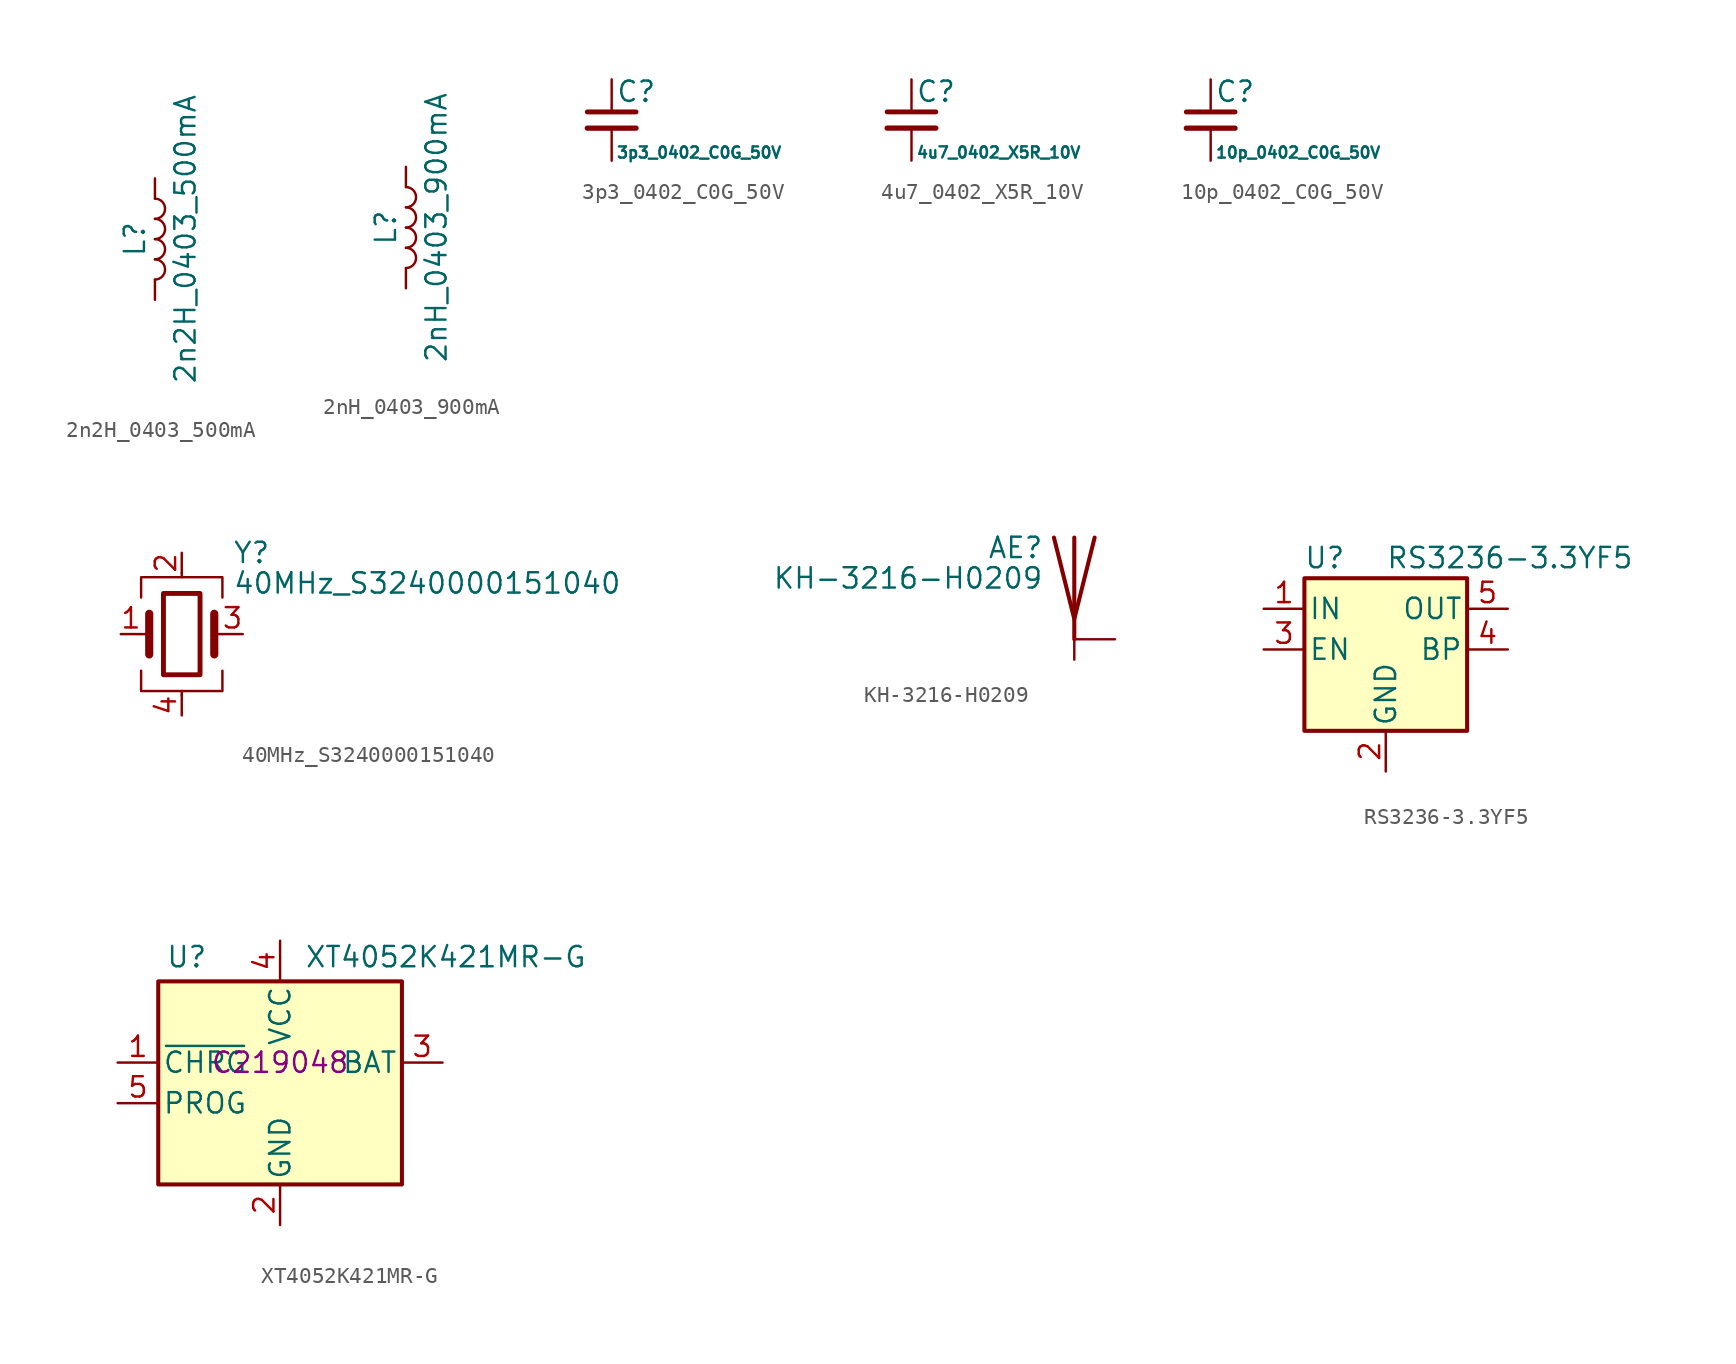
<source format=kicad_sym>
(kicad_symbol_lib
  (version 20211014)
  (generator kicad_symbol_editor)
  (symbol "2n2H_0403_500mA"
    (pin_numbers hide)
    (pin_names
      (offset 1.016) hide)
    (property "Reference" "L"
      (at -1.27 0 90)
      (effects (font (size 1.27 1.27))))
    (property "Value" "2n2H_0403_500mA"
      (at 1.905 0 90)
      (effects (font (size 1.27 1.27))))
    (symbol "2n2H_0403_500mA_0_1"
      (arc (start 0 -2.54) (mid 0.635 -1.905) (end 0 -1.27) (stroke (width 0) (type default) (color 0 0 0 0)) (fill (type none)))
      (arc (start 0 -1.27) (mid 0.635 -0.635) (end 0 0) (stroke (width 0) (type default) (color 0 0 0 0)) (fill (type none)))
      (arc (start 0 0) (mid 0.635 0.635) (end 0 1.27) (stroke (width 0) (type default) (color 0 0 0 0)) (fill (type none)))
      (arc (start 0 1.27) (mid 0.635 1.905) (end 0 2.54) (stroke (width 0) (type default) (color 0 0 0 0)) (fill (type none))))
    (symbol "2n2H_0403_500mA_1_1"
      (pin passive line (at 0 3.81 270) (length 1.27) (name "1" (effects (font (size 1.27 1.27)))) (number "1" (effects (font (size 1.27 1.27)))))
      (pin passive line (at 0 -3.81 90) (length 1.27) (name "2" (effects (font (size 1.27 1.27)))) (number "2" (effects (font (size 1.27 1.27)))))))
  (symbol "2nH_0403_900mA"
    (pin_numbers hide)
    (pin_names
      (offset 1.016) hide)
    (property "Reference" "L"
      (at -1.27 0 90)
      (effects (font (size 1.27 1.27))))
    (property "Value" "2nH_0403_900mA"
      (at 1.905 0 90)
      (effects (font (size 1.27 1.27))))
    (symbol "2nH_0403_900mA_0_1"
      (arc (start 0 -2.54) (mid 0.635 -1.905) (end 0 -1.27) (stroke (width 0) (type default) (color 0 0 0 0)) (fill (type none)))
      (arc (start 0 -1.27) (mid 0.635 -0.635) (end 0 0) (stroke (width 0) (type default) (color 0 0 0 0)) (fill (type none)))
      (arc (start 0 0) (mid 0.635 0.635) (end 0 1.27) (stroke (width 0) (type default) (color 0 0 0 0)) (fill (type none)))
      (arc (start 0 1.27) (mid 0.635 1.905) (end 0 2.54) (stroke (width 0) (type default) (color 0 0 0 0)) (fill (type none))))
    (symbol "2nH_0403_900mA_1_1"
      (pin passive line (at 0 3.81 270) (length 1.27) (name "1" (effects (font (size 1.27 1.27)))) (number "1" (effects (font (size 1.27 1.27)))))
      (pin passive line (at 0 -3.81 90) (length 1.27) (name "2" (effects (font (size 1.27 1.27)))) (number "2" (effects (font (size 1.27 1.27)))))))
  (symbol "3p3_0402_C0G_50V"
    (pin_numbers hide)
    (pin_names
      (offset 0.254) hide)
    (property "Reference" "C"
      (at 0.254 1.778 0)
      (effects (font (size 1.27 1.27)) (justify left)))
    (property "Value" "3p3_0402_C0G_50V"
      (at 0.254 -2.032 0)
      (effects (font (size 0.7 0.7)) (justify left)))
    (symbol "3p3_0402_C0G_50V_0_1"
      (polyline (pts (xy -1.524 -0.508) (xy 1.524 -0.508)) (stroke (width 0.33) (type default) (color 0 0 0 0)) (fill (type none)))
      (polyline (pts (xy -1.524 0.508) (xy 1.524 0.508)) (stroke (width 0.305) (type default) (color 0 0 0 0)) (fill (type none))))
    (symbol "3p3_0402_C0G_50V_1_1"
      (pin passive line (at 0 2.54 270) (length 2.032) (name "~" (effects (font (size 1.27 1.27)))) (number "1" (effects (font (size 1.27 1.27)))))
      (pin passive line (at 0 -2.54 90) (length 2.032) (name "~" (effects (font (size 1.27 1.27)))) (number "2" (effects (font (size 1.27 1.27)))))))
  (symbol "4u7_0402_X5R_10V"
    (pin_numbers hide)
    (pin_names
      (offset 0.254) hide)
    (property "Reference" "C"
      (at 0.254 1.778 0)
      (effects (font (size 1.27 1.27)) (justify left)))
    (property "Value" "4u7_0402_X5R_10V"
      (at 0.254 -2.032 0)
      (effects (font (size 0.7 0.7)) (justify left)))
    (symbol "4u7_0402_X5R_10V_0_1"
      (polyline (pts (xy -1.524 -0.508) (xy 1.524 -0.508)) (stroke (width 0.33) (type default) (color 0 0 0 0)) (fill (type none)))
      (polyline (pts (xy -1.524 0.508) (xy 1.524 0.508)) (stroke (width 0.305) (type default) (color 0 0 0 0)) (fill (type none))))
    (symbol "4u7_0402_X5R_10V_1_1"
      (pin passive line (at 0 2.54 270) (length 2.032) (name "~" (effects (font (size 1.27 1.27)))) (number "1" (effects (font (size 1.27 1.27)))))
      (pin passive line (at 0 -2.54 90) (length 2.032) (name "~" (effects (font (size 1.27 1.27)))) (number "2" (effects (font (size 1.27 1.27)))))))
  (symbol "10p_0402_C0G_50V"
    (pin_numbers hide)
    (pin_names
      (offset 0.254) hide)
    (property "Reference" "C"
      (at 0.254 1.778 0)
      (effects (font (size 1.27 1.27)) (justify left)))
    (property "Value" "10p_0402_C0G_50V"
      (at 0.254 -2.032 0)
      (effects (font (size 0.7 0.7)) (justify left)))
    (symbol "10p_0402_C0G_50V_0_1"
      (polyline (pts (xy -1.524 -0.508) (xy 1.524 -0.508)) (stroke (width 0.33) (type default) (color 0 0 0 0)) (fill (type none)))
      (polyline (pts (xy -1.524 0.508) (xy 1.524 0.508)) (stroke (width 0.305) (type default) (color 0 0 0 0)) (fill (type none))))
    (symbol "10p_0402_C0G_50V_1_1"
      (pin passive line (at 0 2.54 270) (length 2.032) (name "~" (effects (font (size 1.27 1.27)))) (number "1" (effects (font (size 1.27 1.27)))))
      (pin passive line (at 0 -2.54 90) (length 2.032) (name "~" (effects (font (size 1.27 1.27)))) (number "2" (effects (font (size 1.27 1.27)))))))
  (symbol "40MHz_S3240000151040"
    (pin_names
      (offset 1.016) hide)
    (property "Reference" "Y"
      (at 3.175 5.08 0)
      (effects (font (size 1.27 1.27)) (justify left)))
    (property "Value" "40MHz_S3240000151040"
      (at 3.175 3.175 0)
      (effects (font (size 1.27 1.27)) (justify left)))
    (symbol "40MHz_S3240000151040_0_1"
      (rectangle (start -1.143 2.54) (end 1.143 -2.54) (stroke (width 0.305) (type default) (color 0 0 0 0)) (fill (type none)))
      (polyline (pts (xy -2.54 0) (xy -2.032 0)) (stroke (width 0) (type default) (color 0 0 0 0)) (fill (type none)))
      (polyline (pts (xy -2.032 -1.27) (xy -2.032 1.27)) (stroke (width 0.508) (type default) (color 0 0 0 0)) (fill (type none)))
      (polyline (pts (xy 0 -3.81) (xy 0 -3.556)) (stroke (width 0) (type default) (color 0 0 0 0)) (fill (type none)))
      (polyline (pts (xy 0 3.556) (xy 0 3.81)) (stroke (width 0) (type default) (color 0 0 0 0)) (fill (type none)))
      (polyline (pts (xy 2.032 -1.27) (xy 2.032 1.27)) (stroke (width 0.508) (type default) (color 0 0 0 0)) (fill (type none)))
      (polyline (pts (xy 2.032 0) (xy 2.54 0)) (stroke (width 0) (type default) (color 0 0 0 0)) (fill (type none)))
      (polyline (pts (xy -2.54 -2.286) (xy -2.54 -3.556) (xy 2.54 -3.556) (xy 2.54 -2.286)) (stroke (width 0) (type default) (color 0 0 0 0)) (fill (type none)))
      (polyline (pts (xy -2.54 2.286) (xy -2.54 3.556) (xy 2.54 3.556) (xy 2.54 2.286)) (stroke (width 0) (type default) (color 0 0 0 0)) (fill (type none))))
    (symbol "40MHz_S3240000151040_1_1"
      (pin bidirectional line (at -3.81 0 0) (length 1.27) (name "OSC1" (effects (font (size 1.27 1.27)))) (number "1" (effects (font (size 1.27 1.27)))))
      (pin power_in line (at 0 5.08 270) (length 1.27) (name "GND" (effects (font (size 1.27 1.27)))) (number "2" (effects (font (size 1.27 1.27)))))
      (pin bidirectional line (at 3.81 0 180) (length 1.27) (name "OSC2" (effects (font (size 1.27 1.27)))) (number "3" (effects (font (size 1.27 1.27)))))
      (pin power_in line (at 0 -5.08 90) (length 1.27) (name "GND" (effects (font (size 1.27 1.27)))) (number "4" (effects (font (size 1.27 1.27)))))))
  (symbol "KH-3216-H0209"
    (pin_numbers hide)
    (pin_names
      (offset 1.016) hide)
    (property "Reference" "AE"
      (at -1.905 1.905 0)
      (effects (font (size 1.27 1.27)) (justify right)))
    (property "Value" "KH-3216-H0209"
      (at -1.905 0 0)
      (effects (font (size 1.27 1.27)) (justify right)))
    (symbol "KH-3216-H0209_0_0"
      (pin power_in line (at 2.54 -3.81 180) (length 2.54) (name "GND" (effects (font (size 1.27 1.27)))) (number "2" (effects (font (size 1.27 1.27))))))
    (symbol "KH-3216-H0209_0_1"
      (polyline (pts (xy 0 2.54) (xy 0 -3.81)) (stroke (width 0.254) (type default) (color 0 0 0 0)) (fill (type none)))
      (polyline (pts (xy 1.27 2.54) (xy 0 -2.54) (xy -1.27 2.54)) (stroke (width 0.254) (type default) (color 0 0 0 0)) (fill (type none))))
    (symbol "KH-3216-H0209_1_1"
      (pin input line (at 0 -5.08 90) (length 2.54) (name "A" (effects (font (size 1.27 1.27)))) (number "1" (effects (font (size 1.27 1.27)))))))
  (symbol "RS3236-3.3YF5"
    (pin_names
      (offset 0.254))
    (property "Reference" "U"
      (at -3.81 5.715 0)
      (effects (font (size 1.27 1.27))))
    (property "Value" "RS3236-3.3YF5"
      (at 0 5.715 0)
      (effects (font (size 1.27 1.27)) (justify left)))
    (symbol "RS3236-3.3YF5_0_1"
      (rectangle (start -5.08 4.445) (end 5.08 -5.08) (stroke (width 0.254) (type default) (color 0 0 0 0)) (fill (type background))))
    (symbol "RS3236-3.3YF5_1_1"
      (pin power_in line (at -7.62 2.54 0) (length 2.54) (name "IN" (effects (font (size 1.27 1.27)))) (number "1" (effects (font (size 1.27 1.27)))))
      (pin power_in line (at 0 -7.62 90) (length 2.54) (name "GND" (effects (font (size 1.27 1.27)))) (number "2" (effects (font (size 1.27 1.27)))))
      (pin input line (at -7.62 0 0) (length 2.54) (name "EN" (effects (font (size 1.27 1.27)))) (number "3" (effects (font (size 1.27 1.27)))))
      (pin output line (at 7.62 0 180) (length 2.54) (name "BP" (effects (font (size 1.27 1.27)))) (number "4" (effects (font (size 1.27 1.27)))))
      (pin power_out line (at 7.62 2.54 180) (length 2.54) (name "OUT" (effects (font (size 1.27 1.27)))) (number "5" (effects (font (size 1.27 1.27)))))))
  (symbol "XT4052K421MR-G"
    (pin_names
      (offset 0.254))
    (property "Reference" "U"
      (at -5.842 6.604 0)
      (effects (font (size 1.27 1.27))))
    (property "Value" "XT4052K421MR-G"
      (at 1.524 6.604 0)
      (effects (font (size 1.27 1.27)) (justify left)))
    (property "LCSC" "C219048"
      (at 0 0 0)
      (effects (font (size 1.27 1.27))))
    (symbol "XT4052K421MR-G_0_1"
      (rectangle (start -7.62 5.08) (end 7.62 -7.62) (stroke (width 0.254) (type default) (color 0 0 0 0)) (fill (type background))))
    (symbol "XT4052K421MR-G_1_1"
      (pin open_collector line (at -10.16 0 0) (length 2.54) (name "~{CHRG}" (effects (font (size 1.27 1.27)))) (number "1" (effects (font (size 1.27 1.27)))))
      (pin power_in line (at 0 -10.16 90) (length 2.54) (name "GND" (effects (font (size 1.27 1.27)))) (number "2" (effects (font (size 1.27 1.27)))))
      (pin power_out line (at 10.16 0 180) (length 2.54) (name "BAT" (effects (font (size 1.27 1.27)))) (number "3" (effects (font (size 1.27 1.27)))))
      (pin power_in line (at 0 7.62 270) (length 2.54) (name "VCC" (effects (font (size 1.27 1.27)))) (number "4" (effects (font (size 1.27 1.27)))))
      (pin bidirectional line (at -10.16 -2.54 0) (length 2.54) (name "PROG" (effects (font (size 1.27 1.27)))) (number "5" (effects (font (size 1.27 1.27))))))))
</source>
